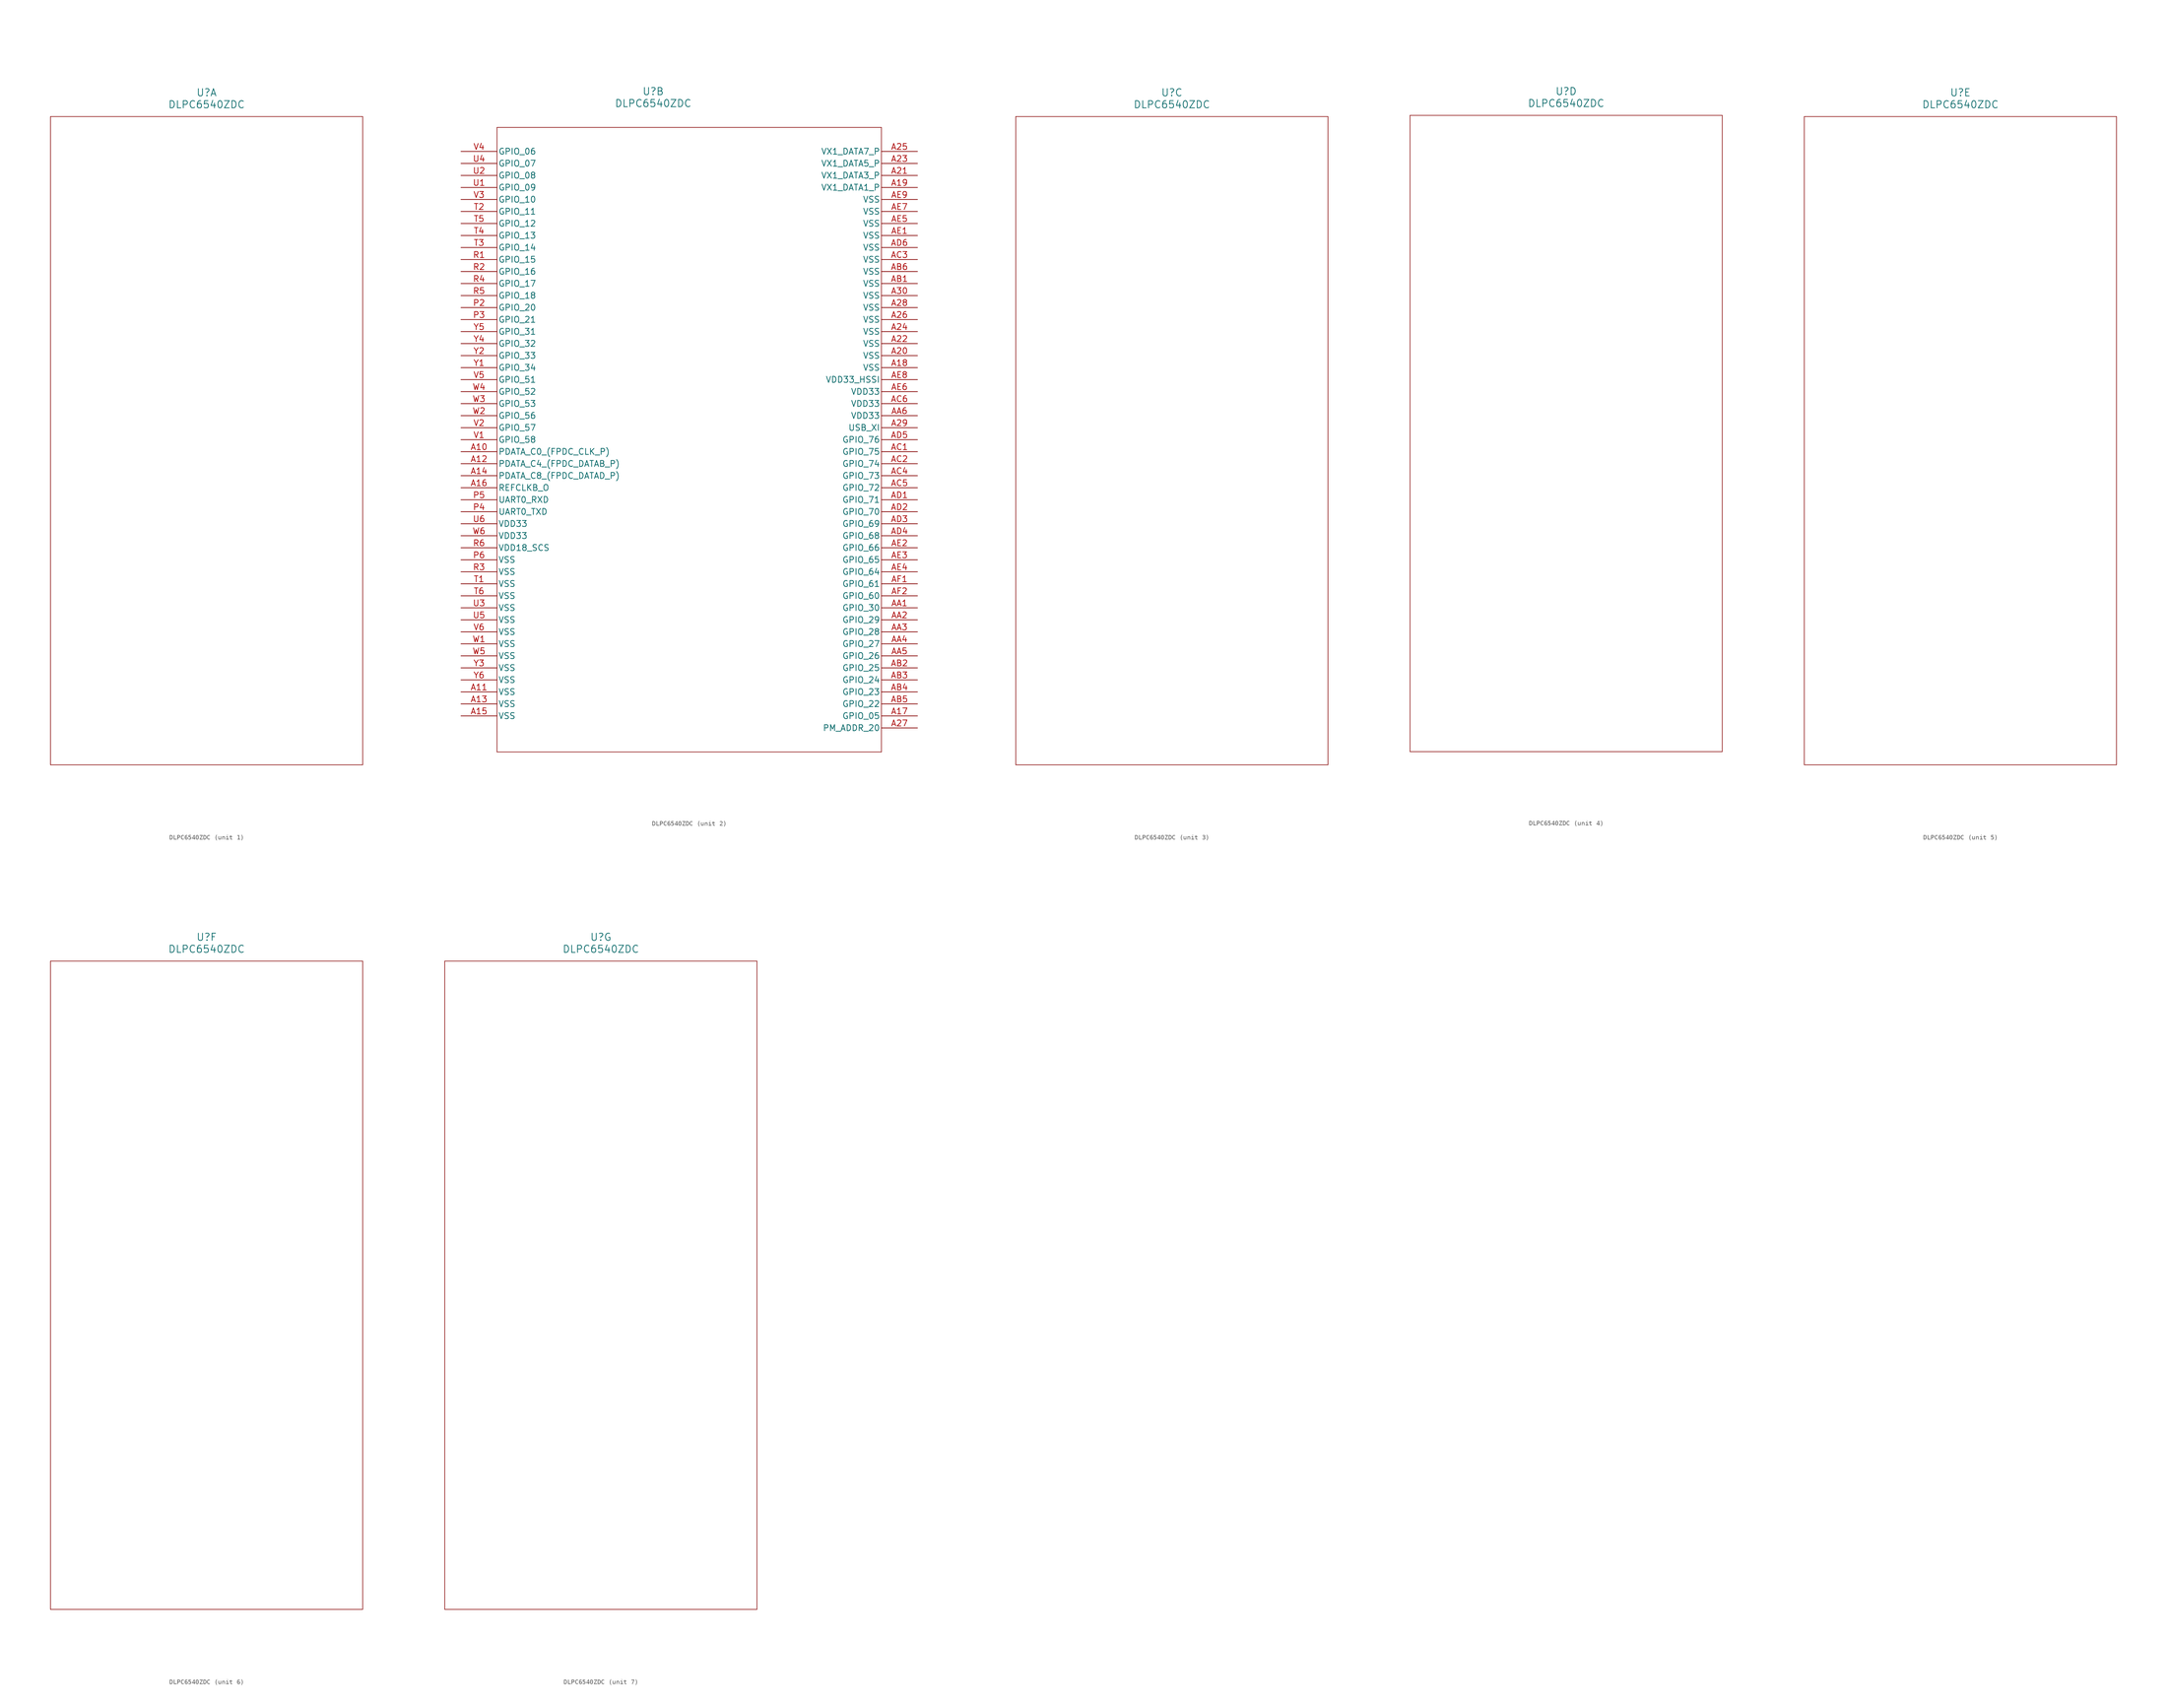
<source format=kicad_sym>
(kicad_symbol_lib
  (version 20211014)
  (generator kicad_symbol_editor)
  (symbol "DLPC6540ZDC"
    (pin_names
      (offset 0.254))
    (property "Reference" "U"
      (at 40.64 12.7 0)
      (effects (font (size 1.524 1.524))))
    (property "Value" "DLPC6540ZDC"
      (at 40.64 10.16 0)
      (effects (font (size 1.524 1.524))))
    (symbol "DLPC6540ZDC_1_1"
      (polyline (pts (xy 7.62 7.62) (xy 7.62 -129.54)) (stroke (width 0.127) (type default) (color 0 0 0 0)) (fill (type none)))
      (polyline (pts (xy 7.62 -129.54) (xy 73.66 -129.54)) (stroke (width 0.127) (type default) (color 0 0 0 0)) (fill (type none)))
      (polyline (pts (xy 73.66 -129.54) (xy 73.66 7.62)) (stroke (width 0.127) (type default) (color 0 0 0 0)) (fill (type none)))
      (polyline (pts (xy 73.66 7.62) (xy 7.62 7.62)) (stroke (width 0.127) (type default) (color 0 0 0 0)) (fill (type none))))
    (symbol "DLPC6540ZDC_2_1"
      (polyline (pts (xy 7.62 5.08) (xy 7.62 -127)) (stroke (width 0.127) (type default) (color 0 0 0 0)) (fill (type none)))
      (polyline (pts (xy 7.62 -127) (xy 88.9 -127)) (stroke (width 0.127) (type default) (color 0 0 0 0)) (fill (type none)))
      (polyline (pts (xy 88.9 -127) (xy 88.9 5.08)) (stroke (width 0.127) (type default) (color 0 0 0 0)) (fill (type none)))
      (polyline (pts (xy 88.9 5.08) (xy 7.62 5.08)) (stroke (width 0.127) (type default) (color 0 0 0 0)) (fill (type none)))
      (pin output line (at 96.52 -121.92 180) (length 7.62) (name "PM_ADDR_20" (effects (font (size 1.27 1.27)))) (number "A27" (effects (font (size 1.27 1.27)))))
      (pin bidirectional line (at 96.52 -119.38 180) (length 7.62) (name "GPIO_05" (effects (font (size 1.27 1.27)))) (number "A17" (effects (font (size 1.27 1.27)))))
      (pin bidirectional line (at 0 0 0) (length 7.62) (name "GPIO_06" (effects (font (size 1.27 1.27)))) (number "V4" (effects (font (size 1.27 1.27)))))
      (pin bidirectional line (at 0 -2.54 0) (length 7.62) (name "GPIO_07" (effects (font (size 1.27 1.27)))) (number "U4" (effects (font (size 1.27 1.27)))))
      (pin bidirectional line (at 0 -5.08 0) (length 7.62) (name "GPIO_08" (effects (font (size 1.27 1.27)))) (number "U2" (effects (font (size 1.27 1.27)))))
      (pin bidirectional line (at 0 -7.62 0) (length 7.62) (name "GPIO_09" (effects (font (size 1.27 1.27)))) (number "U1" (effects (font (size 1.27 1.27)))))
      (pin bidirectional line (at 0 -10.16 0) (length 7.62) (name "GPIO_10" (effects (font (size 1.27 1.27)))) (number "V3" (effects (font (size 1.27 1.27)))))
      (pin bidirectional line (at 0 -12.7 0) (length 7.62) (name "GPIO_11" (effects (font (size 1.27 1.27)))) (number "T2" (effects (font (size 1.27 1.27)))))
      (pin bidirectional line (at 0 -15.24 0) (length 7.62) (name "GPIO_12" (effects (font (size 1.27 1.27)))) (number "T5" (effects (font (size 1.27 1.27)))))
      (pin bidirectional line (at 0 -17.78 0) (length 7.62) (name "GPIO_13" (effects (font (size 1.27 1.27)))) (number "T4" (effects (font (size 1.27 1.27)))))
      (pin bidirectional line (at 0 -20.32 0) (length 7.62) (name "GPIO_14" (effects (font (size 1.27 1.27)))) (number "T3" (effects (font (size 1.27 1.27)))))
      (pin bidirectional line (at 0 -22.86 0) (length 7.62) (name "GPIO_15" (effects (font (size 1.27 1.27)))) (number "R1" (effects (font (size 1.27 1.27)))))
      (pin bidirectional line (at 0 -25.4 0) (length 7.62) (name "GPIO_16" (effects (font (size 1.27 1.27)))) (number "R2" (effects (font (size 1.27 1.27)))))
      (pin bidirectional line (at 0 -27.94 0) (length 7.62) (name "GPIO_17" (effects (font (size 1.27 1.27)))) (number "R4" (effects (font (size 1.27 1.27)))))
      (pin bidirectional line (at 0 -30.48 0) (length 7.62) (name "GPIO_18" (effects (font (size 1.27 1.27)))) (number "R5" (effects (font (size 1.27 1.27)))))
      (pin bidirectional line (at 0 -33.02 0) (length 7.62) (name "GPIO_20" (effects (font (size 1.27 1.27)))) (number "P2" (effects (font (size 1.27 1.27)))))
      (pin bidirectional line (at 0 -35.56 0) (length 7.62) (name "GPIO_21" (effects (font (size 1.27 1.27)))) (number "P3" (effects (font (size 1.27 1.27)))))
      (pin bidirectional line (at 96.52 -116.84 180) (length 7.62) (name "GPIO_22" (effects (font (size 1.27 1.27)))) (number "AB5" (effects (font (size 1.27 1.27)))))
      (pin bidirectional line (at 96.52 -114.3 180) (length 7.62) (name "GPIO_23" (effects (font (size 1.27 1.27)))) (number "AB4" (effects (font (size 1.27 1.27)))))
      (pin bidirectional line (at 96.52 -111.76 180) (length 7.62) (name "GPIO_24" (effects (font (size 1.27 1.27)))) (number "AB3" (effects (font (size 1.27 1.27)))))
      (pin bidirectional line (at 96.52 -109.22 180) (length 7.62) (name "GPIO_25" (effects (font (size 1.27 1.27)))) (number "AB2" (effects (font (size 1.27 1.27)))))
      (pin bidirectional line (at 96.52 -106.68 180) (length 7.62) (name "GPIO_26" (effects (font (size 1.27 1.27)))) (number "AA5" (effects (font (size 1.27 1.27)))))
      (pin bidirectional line (at 96.52 -104.14 180) (length 7.62) (name "GPIO_27" (effects (font (size 1.27 1.27)))) (number "AA4" (effects (font (size 1.27 1.27)))))
      (pin bidirectional line (at 96.52 -101.6 180) (length 7.62) (name "GPIO_28" (effects (font (size 1.27 1.27)))) (number "AA3" (effects (font (size 1.27 1.27)))))
      (pin bidirectional line (at 96.52 -99.06 180) (length 7.62) (name "GPIO_29" (effects (font (size 1.27 1.27)))) (number "AA2" (effects (font (size 1.27 1.27)))))
      (pin bidirectional line (at 96.52 -96.52 180) (length 7.62) (name "GPIO_30" (effects (font (size 1.27 1.27)))) (number "AA1" (effects (font (size 1.27 1.27)))))
      (pin bidirectional line (at 0 -38.1 0) (length 7.62) (name "GPIO_31" (effects (font (size 1.27 1.27)))) (number "Y5" (effects (font (size 1.27 1.27)))))
      (pin bidirectional line (at 0 -40.64 0) (length 7.62) (name "GPIO_32" (effects (font (size 1.27 1.27)))) (number "Y4" (effects (font (size 1.27 1.27)))))
      (pin bidirectional line (at 0 -43.18 0) (length 7.62) (name "GPIO_33" (effects (font (size 1.27 1.27)))) (number "Y2" (effects (font (size 1.27 1.27)))))
      (pin bidirectional line (at 0 -45.72 0) (length 7.62) (name "GPIO_34" (effects (font (size 1.27 1.27)))) (number "Y1" (effects (font (size 1.27 1.27)))))
      (pin bidirectional line (at 0 -48.26 0) (length 7.62) (name "GPIO_51" (effects (font (size 1.27 1.27)))) (number "V5" (effects (font (size 1.27 1.27)))))
      (pin bidirectional line (at 0 -50.8 0) (length 7.62) (name "GPIO_52" (effects (font (size 1.27 1.27)))) (number "W4" (effects (font (size 1.27 1.27)))))
      (pin bidirectional line (at 0 -53.34 0) (length 7.62) (name "GPIO_53" (effects (font (size 1.27 1.27)))) (number "W3" (effects (font (size 1.27 1.27)))))
      (pin bidirectional line (at 0 -55.88 0) (length 7.62) (name "GPIO_56" (effects (font (size 1.27 1.27)))) (number "W2" (effects (font (size 1.27 1.27)))))
      (pin bidirectional line (at 0 -58.42 0) (length 7.62) (name "GPIO_57" (effects (font (size 1.27 1.27)))) (number "V2" (effects (font (size 1.27 1.27)))))
      (pin bidirectional line (at 0 -60.96 0) (length 7.62) (name "GPIO_58" (effects (font (size 1.27 1.27)))) (number "V1" (effects (font (size 1.27 1.27)))))
      (pin bidirectional line (at 96.52 -93.98 180) (length 7.62) (name "GPIO_60" (effects (font (size 1.27 1.27)))) (number "AF2" (effects (font (size 1.27 1.27)))))
      (pin bidirectional line (at 96.52 -91.44 180) (length 7.62) (name "GPIO_61" (effects (font (size 1.27 1.27)))) (number "AF1" (effects (font (size 1.27 1.27)))))
      (pin bidirectional line (at 96.52 -88.9 180) (length 7.62) (name "GPIO_64" (effects (font (size 1.27 1.27)))) (number "AE4" (effects (font (size 1.27 1.27)))))
      (pin bidirectional line (at 96.52 -86.36 180) (length 7.62) (name "GPIO_65" (effects (font (size 1.27 1.27)))) (number "AE3" (effects (font (size 1.27 1.27)))))
      (pin bidirectional line (at 96.52 -83.82 180) (length 7.62) (name "GPIO_66" (effects (font (size 1.27 1.27)))) (number "AE2" (effects (font (size 1.27 1.27)))))
      (pin bidirectional line (at 96.52 -81.28 180) (length 7.62) (name "GPIO_68" (effects (font (size 1.27 1.27)))) (number "AD4" (effects (font (size 1.27 1.27)))))
      (pin bidirectional line (at 96.52 -78.74 180) (length 7.62) (name "GPIO_69" (effects (font (size 1.27 1.27)))) (number "AD3" (effects (font (size 1.27 1.27)))))
      (pin bidirectional line (at 96.52 -76.2 180) (length 7.62) (name "GPIO_70" (effects (font (size 1.27 1.27)))) (number "AD2" (effects (font (size 1.27 1.27)))))
      (pin bidirectional line (at 96.52 -73.66 180) (length 7.62) (name "GPIO_71" (effects (font (size 1.27 1.27)))) (number "AD1" (effects (font (size 1.27 1.27)))))
      (pin bidirectional line (at 96.52 -71.12 180) (length 7.62) (name "GPIO_72" (effects (font (size 1.27 1.27)))) (number "AC5" (effects (font (size 1.27 1.27)))))
      (pin bidirectional line (at 96.52 -68.58 180) (length 7.62) (name "GPIO_73" (effects (font (size 1.27 1.27)))) (number "AC4" (effects (font (size 1.27 1.27)))))
      (pin bidirectional line (at 96.52 -66.04 180) (length 7.62) (name "GPIO_74" (effects (font (size 1.27 1.27)))) (number "AC2" (effects (font (size 1.27 1.27)))))
      (pin bidirectional line (at 96.52 -63.5 180) (length 7.62) (name "GPIO_75" (effects (font (size 1.27 1.27)))) (number "AC1" (effects (font (size 1.27 1.27)))))
      (pin bidirectional line (at 96.52 -60.96 180) (length 7.62) (name "GPIO_76" (effects (font (size 1.27 1.27)))) (number "AD5" (effects (font (size 1.27 1.27)))))
      (pin input line (at 0 -63.5 0) (length 7.62) (name "PDATA_C0 (FPDC_CLK_P)" (effects (font (size 1.27 1.27)))) (number "A10" (effects (font (size 1.27 1.27)))))
      (pin input line (at 0 -66.04 0) (length 7.62) (name "PDATA_C4 (FPDC_DATAB_P)" (effects (font (size 1.27 1.27)))) (number "A12" (effects (font (size 1.27 1.27)))))
      (pin input line (at 0 -68.58 0) (length 7.62) (name "PDATA_C8 (FPDC_DATAD_P)" (effects (font (size 1.27 1.27)))) (number "A14" (effects (font (size 1.27 1.27)))))
      (pin unspecified line (at 0 -71.12 0) (length 7.62) (name "REFCLKB_O" (effects (font (size 1.27 1.27)))) (number "A16" (effects (font (size 1.27 1.27)))))
      (pin bidirectional line (at 0 -73.66 0) (length 7.62) (name "UART0_RXD" (effects (font (size 1.27 1.27)))) (number "P5" (effects (font (size 1.27 1.27)))))
      (pin bidirectional line (at 0 -76.2 0) (length 7.62) (name "UART0_TXD" (effects (font (size 1.27 1.27)))) (number "P4" (effects (font (size 1.27 1.27)))))
      (pin unspecified line (at 96.52 -58.42 180) (length 7.62) (name "USB_XI" (effects (font (size 1.27 1.27)))) (number "A29" (effects (font (size 1.27 1.27)))))
      (pin power_in line (at 0 -78.74 0) (length 7.62) (name "VDD33" (effects (font (size 1.27 1.27)))) (number "U6" (effects (font (size 1.27 1.27)))))
      (pin power_in line (at 0 -81.28 0) (length 7.62) (name "VDD33" (effects (font (size 1.27 1.27)))) (number "W6" (effects (font (size 1.27 1.27)))))
      (pin power_in line (at 96.52 -55.88 180) (length 7.62) (name "VDD33" (effects (font (size 1.27 1.27)))) (number "AA6" (effects (font (size 1.27 1.27)))))
      (pin power_in line (at 96.52 -53.34 180) (length 7.62) (name "VDD33" (effects (font (size 1.27 1.27)))) (number "AC6" (effects (font (size 1.27 1.27)))))
      (pin power_in line (at 96.52 -50.8 180) (length 7.62) (name "VDD33" (effects (font (size 1.27 1.27)))) (number "AE6" (effects (font (size 1.27 1.27)))))
      (pin power_in line (at 0 -83.82 0) (length 7.62) (name "VDD18_SCS" (effects (font (size 1.27 1.27)))) (number "R6" (effects (font (size 1.27 1.27)))))
      (pin power_in line (at 96.52 -48.26 180) (length 7.62) (name "VDD33_HSSI" (effects (font (size 1.27 1.27)))) (number "AE8" (effects (font (size 1.27 1.27)))))
      (pin power_out line (at 0 -86.36 0) (length 7.62) (name "VSS" (effects (font (size 1.27 1.27)))) (number "P6" (effects (font (size 1.27 1.27)))))
      (pin power_out line (at 0 -88.9 0) (length 7.62) (name "VSS" (effects (font (size 1.27 1.27)))) (number "R3" (effects (font (size 1.27 1.27)))))
      (pin power_out line (at 0 -91.44 0) (length 7.62) (name "VSS" (effects (font (size 1.27 1.27)))) (number "T1" (effects (font (size 1.27 1.27)))))
      (pin power_out line (at 0 -93.98 0) (length 7.62) (name "VSS" (effects (font (size 1.27 1.27)))) (number "T6" (effects (font (size 1.27 1.27)))))
      (pin power_out line (at 0 -96.52 0) (length 7.62) (name "VSS" (effects (font (size 1.27 1.27)))) (number "U3" (effects (font (size 1.27 1.27)))))
      (pin power_out line (at 0 -99.06 0) (length 7.62) (name "VSS" (effects (font (size 1.27 1.27)))) (number "U5" (effects (font (size 1.27 1.27)))))
      (pin power_out line (at 0 -101.6 0) (length 7.62) (name "VSS" (effects (font (size 1.27 1.27)))) (number "V6" (effects (font (size 1.27 1.27)))))
      (pin power_out line (at 0 -104.14 0) (length 7.62) (name "VSS" (effects (font (size 1.27 1.27)))) (number "W1" (effects (font (size 1.27 1.27)))))
      (pin power_out line (at 0 -106.68 0) (length 7.62) (name "VSS" (effects (font (size 1.27 1.27)))) (number "W5" (effects (font (size 1.27 1.27)))))
      (pin power_out line (at 0 -109.22 0) (length 7.62) (name "VSS" (effects (font (size 1.27 1.27)))) (number "Y3" (effects (font (size 1.27 1.27)))))
      (pin power_out line (at 0 -111.76 0) (length 7.62) (name "VSS" (effects (font (size 1.27 1.27)))) (number "Y6" (effects (font (size 1.27 1.27)))))
      (pin power_out line (at 0 -114.3 0) (length 7.62) (name "VSS" (effects (font (size 1.27 1.27)))) (number "A11" (effects (font (size 1.27 1.27)))))
      (pin power_out line (at 0 -116.84 0) (length 7.62) (name "VSS" (effects (font (size 1.27 1.27)))) (number "A13" (effects (font (size 1.27 1.27)))))
      (pin power_out line (at 0 -119.38 0) (length 7.62) (name "VSS" (effects (font (size 1.27 1.27)))) (number "A15" (effects (font (size 1.27 1.27)))))
      (pin power_out line (at 96.52 -45.72 180) (length 7.62) (name "VSS" (effects (font (size 1.27 1.27)))) (number "A18" (effects (font (size 1.27 1.27)))))
      (pin power_out line (at 96.52 -43.18 180) (length 7.62) (name "VSS" (effects (font (size 1.27 1.27)))) (number "A20" (effects (font (size 1.27 1.27)))))
      (pin power_out line (at 96.52 -40.64 180) (length 7.62) (name "VSS" (effects (font (size 1.27 1.27)))) (number "A22" (effects (font (size 1.27 1.27)))))
      (pin power_out line (at 96.52 -38.1 180) (length 7.62) (name "VSS" (effects (font (size 1.27 1.27)))) (number "A24" (effects (font (size 1.27 1.27)))))
      (pin power_out line (at 96.52 -35.56 180) (length 7.62) (name "VSS" (effects (font (size 1.27 1.27)))) (number "A26" (effects (font (size 1.27 1.27)))))
      (pin power_out line (at 96.52 -33.02 180) (length 7.62) (name "VSS" (effects (font (size 1.27 1.27)))) (number "A28" (effects (font (size 1.27 1.27)))))
      (pin power_out line (at 96.52 -30.48 180) (length 7.62) (name "VSS" (effects (font (size 1.27 1.27)))) (number "A30" (effects (font (size 1.27 1.27)))))
      (pin power_out line (at 96.52 -27.94 180) (length 7.62) (name "VSS" (effects (font (size 1.27 1.27)))) (number "AB1" (effects (font (size 1.27 1.27)))))
      (pin power_out line (at 96.52 -25.4 180) (length 7.62) (name "VSS" (effects (font (size 1.27 1.27)))) (number "AB6" (effects (font (size 1.27 1.27)))))
      (pin power_out line (at 96.52 -22.86 180) (length 7.62) (name "VSS" (effects (font (size 1.27 1.27)))) (number "AC3" (effects (font (size 1.27 1.27)))))
      (pin power_out line (at 96.52 -20.32 180) (length 7.62) (name "VSS" (effects (font (size 1.27 1.27)))) (number "AD6" (effects (font (size 1.27 1.27)))))
      (pin power_out line (at 96.52 -17.78 180) (length 7.62) (name "VSS" (effects (font (size 1.27 1.27)))) (number "AE1" (effects (font (size 1.27 1.27)))))
      (pin power_out line (at 96.52 -15.24 180) (length 7.62) (name "VSS" (effects (font (size 1.27 1.27)))) (number "AE5" (effects (font (size 1.27 1.27)))))
      (pin power_out line (at 96.52 -12.7 180) (length 7.62) (name "VSS" (effects (font (size 1.27 1.27)))) (number "AE7" (effects (font (size 1.27 1.27)))))
      (pin power_out line (at 96.52 -10.16 180) (length 7.62) (name "VSS" (effects (font (size 1.27 1.27)))) (number "AE9" (effects (font (size 1.27 1.27)))))
      (pin input line (at 96.52 -7.62 180) (length 7.62) (name "VX1_DATA1_P" (effects (font (size 1.27 1.27)))) (number "A19" (effects (font (size 1.27 1.27)))))
      (pin input line (at 96.52 -5.08 180) (length 7.62) (name "VX1_DATA3_P" (effects (font (size 1.27 1.27)))) (number "A21" (effects (font (size 1.27 1.27)))))
      (pin input line (at 96.52 -2.54 180) (length 7.62) (name "VX1_DATA5_P" (effects (font (size 1.27 1.27)))) (number "A23" (effects (font (size 1.27 1.27)))))
      (pin input line (at 96.52 0 180) (length 7.62) (name "VX1_DATA7_P" (effects (font (size 1.27 1.27)))) (number "A25" (effects (font (size 1.27 1.27))))))
    (symbol "DLPC6540ZDC_3_1"
      (polyline (pts (xy 7.62 7.62) (xy 7.62 -129.54)) (stroke (width 0.127) (type default) (color 0 0 0 0)) (fill (type none)))
      (polyline (pts (xy 7.62 -129.54) (xy 73.66 -129.54)) (stroke (width 0.127) (type default) (color 0 0 0 0)) (fill (type none)))
      (polyline (pts (xy 73.66 -129.54) (xy 73.66 7.62)) (stroke (width 0.127) (type default) (color 0 0 0 0)) (fill (type none)))
      (polyline (pts (xy 73.66 7.62) (xy 7.62 7.62)) (stroke (width 0.127) (type default) (color 0 0 0 0)) (fill (type none))))
    (symbol "DLPC6540ZDC_4_1"
      (polyline (pts (xy 7.62 7.62) (xy 7.62 -127)) (stroke (width 0.127) (type default) (color 0 0 0 0)) (fill (type none)))
      (polyline (pts (xy 7.62 -127) (xy 73.66 -127)) (stroke (width 0.127) (type default) (color 0 0 0 0)) (fill (type none)))
      (polyline (pts (xy 73.66 -127) (xy 73.66 7.62)) (stroke (width 0.127) (type default) (color 0 0 0 0)) (fill (type none)))
      (polyline (pts (xy 73.66 7.62) (xy 7.62 7.62)) (stroke (width 0.127) (type default) (color 0 0 0 0)) (fill (type none))))
    (symbol "DLPC6540ZDC_5_1"
      (polyline (pts (xy 7.62 7.62) (xy 7.62 -129.54)) (stroke (width 0.127) (type default) (color 0 0 0 0)) (fill (type none)))
      (polyline (pts (xy 7.62 -129.54) (xy 73.66 -129.54)) (stroke (width 0.127) (type default) (color 0 0 0 0)) (fill (type none)))
      (polyline (pts (xy 73.66 -129.54) (xy 73.66 7.62)) (stroke (width 0.127) (type default) (color 0 0 0 0)) (fill (type none)))
      (polyline (pts (xy 73.66 7.62) (xy 7.62 7.62)) (stroke (width 0.127) (type default) (color 0 0 0 0)) (fill (type none))))
    (symbol "DLPC6540ZDC_6_1"
      (polyline (pts (xy 7.62 7.62) (xy 7.62 -129.54)) (stroke (width 0.127) (type default) (color 0 0 0 0)) (fill (type none)))
      (polyline (pts (xy 7.62 -129.54) (xy 73.66 -129.54)) (stroke (width 0.127) (type default) (color 0 0 0 0)) (fill (type none)))
      (polyline (pts (xy 73.66 -129.54) (xy 73.66 7.62)) (stroke (width 0.127) (type default) (color 0 0 0 0)) (fill (type none)))
      (polyline (pts (xy 73.66 7.62) (xy 7.62 7.62)) (stroke (width 0.127) (type default) (color 0 0 0 0)) (fill (type none))))
    (symbol "DLPC6540ZDC_7_1"
      (polyline (pts (xy 7.62 7.62) (xy 7.62 -129.54)) (stroke (width 0.127) (type default) (color 0 0 0 0)) (fill (type none)))
      (polyline (pts (xy 7.62 -129.54) (xy 73.66 -129.54)) (stroke (width 0.127) (type default) (color 0 0 0 0)) (fill (type none)))
      (polyline (pts (xy 73.66 -129.54) (xy 73.66 7.62)) (stroke (width 0.127) (type default) (color 0 0 0 0)) (fill (type none)))
      (polyline (pts (xy 73.66 7.62) (xy 7.62 7.62)) (stroke (width 0.127) (type default) (color 0 0 0 0)) (fill (type none))))))
</source>
